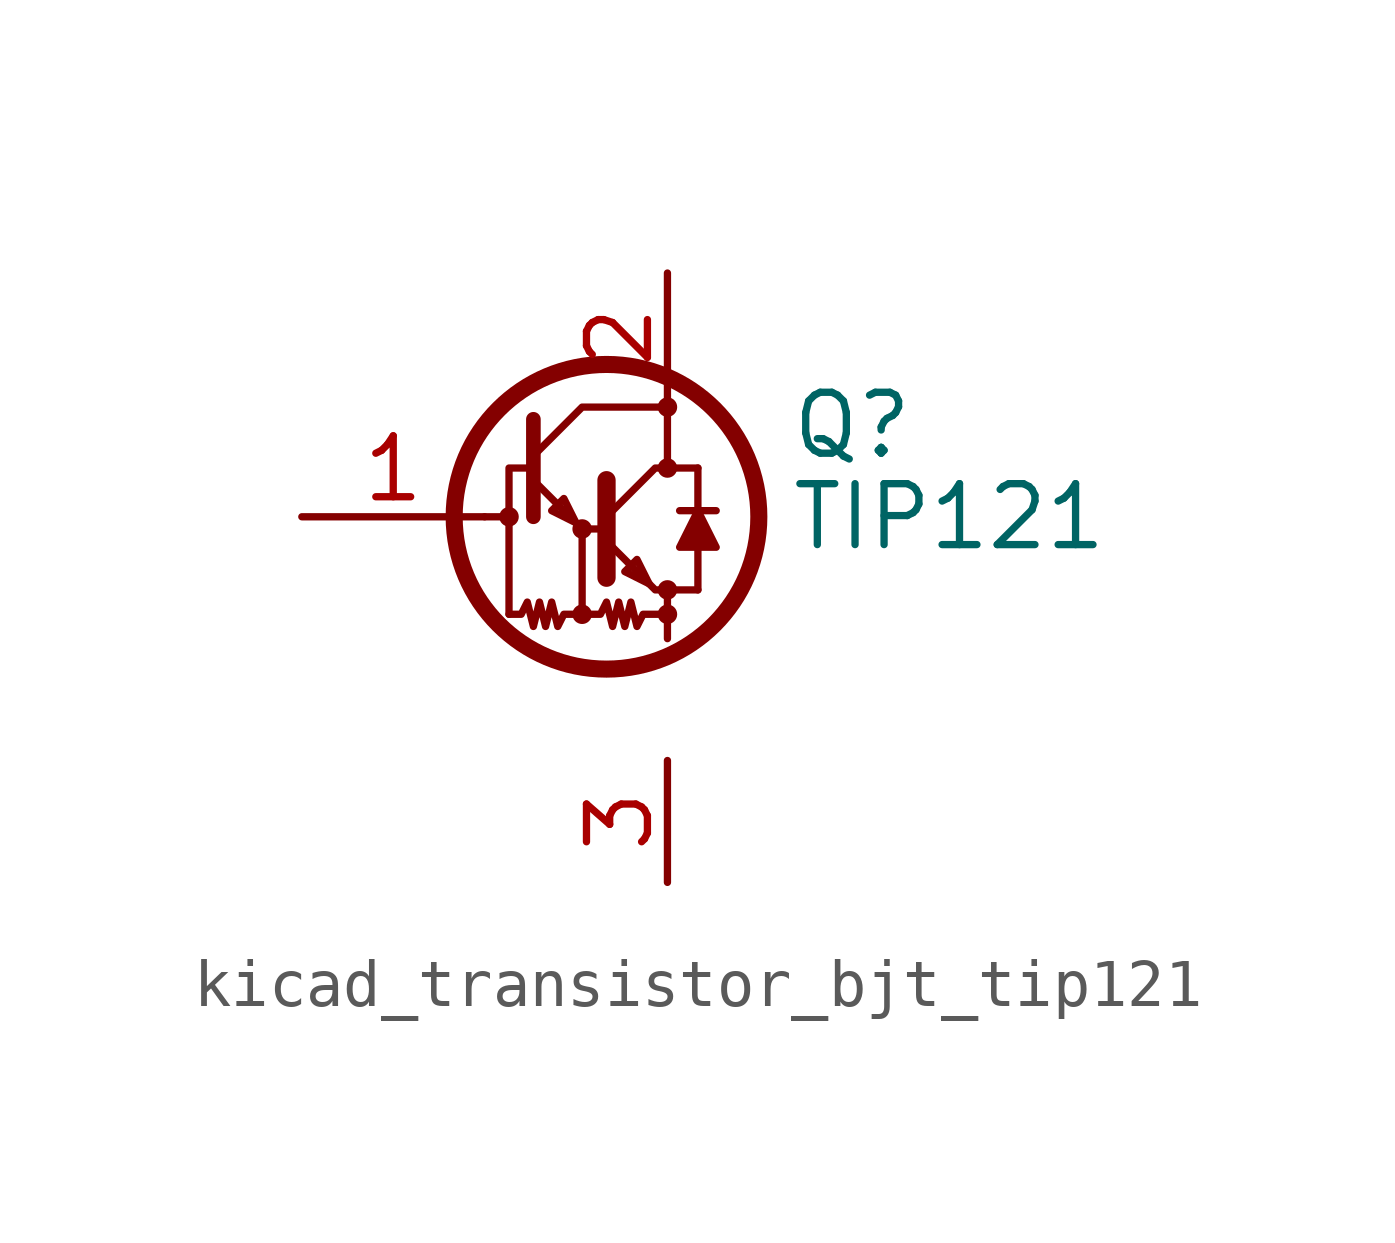
<source format=kicad_sym>
(kicad_symbol_lib
  (version 20220914)
  (generator kicad_symbol_editor)
  (symbol "kicad_transistor_bjt_tip121"
    (pin_names
      (offset 0) hide)
    (property "Reference" "Q"
      (at 5.08 1.905 0)
      (effects (font (size 1.27 1.27)) (justify left)))
    (property "Value" "TIP121"
      (at 5.08 0 0)
      (effects (font (size 1.27 1.27)) (justify left)))
    (symbol "kicad_transistor_bjt_tip121_0_1"
      (circle (center -0.762 0) (radius 0.127) (stroke (width 0) (type default)) (fill (type none)))
      (polyline (pts (xy -1.27 0) (xy -0.889 0)) (stroke (width 0) (type default)) (fill (type none)))
      (polyline (pts (xy 2.54 -2.032) (xy 2.54 -2.54)) (stroke (width 0) (type default)) (fill (type none)))
      (polyline (pts (xy 2.54 -1.524) (xy 3.175 -1.524)) (stroke (width 0) (type default)) (fill (type none)))
      (polyline (pts (xy 2.794 0.127) (xy 3.556 0.127)) (stroke (width 0) (type default)) (fill (type none)))
      (polyline (pts (xy 3.175 -0.635) (xy 3.175 -1.524)) (stroke (width 0) (type default)) (fill (type none)))
      (polyline (pts (xy 3.175 1.016) (xy 2.54 1.016)) (stroke (width 0) (type default)) (fill (type none)))
      (polyline (pts (xy 3.175 1.016) (xy 3.175 0.127)) (stroke (width 0) (type default)) (fill (type none)))
      (polyline (pts (xy -0.254 0.762) (xy 0.762 -0.254) (xy 1.27 -0.254)) (stroke (width 0) (type default)) (fill (type none)))
      (polyline (pts (xy -0.254 1.016) (xy -0.762 1.016) (xy -0.762 -2.032)) (stroke (width 0) (type default)) (fill (type none)))
      (polyline (pts (xy -0.254 1.27) (xy 0.762 2.286) (xy 2.54 2.286)) (stroke (width 0) (type default)) (fill (type none)))
      (polyline (pts (xy -0.254 2.032) (xy -0.254 0) (xy -0.254 0)) (stroke (width 0.305) (type default)) (fill (type none)))
      (polyline (pts (xy 1.27 0.762) (xy 1.27 -1.27) (xy 1.27 -1.27)) (stroke (width 0.381) (type default)) (fill (type none)))
      (polyline (pts (xy 0.635 -0.127) (xy 0.381 0.381) (xy 0.127 0.127) (xy 0.635 -0.127)) (stroke (width 0) (type default)) (fill (type none)))
      (polyline (pts (xy 1.27 -0.508) (xy 2.286 -1.524) (xy 2.54 -1.524) (xy 2.54 -2.032)) (stroke (width 0) (type default)) (fill (type none)))
      (polyline (pts (xy 1.27 0) (xy 2.286 1.016) (xy 2.54 1.016) (xy 2.54 2.286)) (stroke (width 0) (type default)) (fill (type none)))
      (polyline (pts (xy 2.159 -1.397) (xy 1.905 -0.889) (xy 1.651 -1.143) (xy 2.159 -1.397)) (stroke (width 0) (type default)) (fill (type none)))
      (polyline (pts (xy 3.175 0.127) (xy 2.794 -0.635) (xy 3.556 -0.635) (xy 3.175 0.127)) (stroke (width 0) (type default)) (fill (type outline)))
      (polyline (pts (xy 0.762 -2.032) (xy 0.381 -2.032) (xy 0.254 -2.286) (xy 0.127 -1.778) (xy 0 -2.286) (xy -0.127 -1.778) (xy -0.254 -2.286) (xy -0.381 -1.778) (xy -0.508 -2.032) (xy -0.762 -2.032)) (stroke (width 0) (type default)) (fill (type none)))
      (polyline (pts (xy 0.762 -0.254) (xy 0.762 -2.032) (xy 1.143 -2.032) (xy 1.27 -1.778) (xy 1.397 -2.286) (xy 1.524 -1.778) (xy 1.651 -2.286) (xy 1.778 -1.778) (xy 1.905 -2.286) (xy 2.032 -2.032) (xy 2.54 -2.032)) (stroke (width 0) (type default)) (fill (type none)))
      (circle (center 0.762 -2.032) (radius 0.127) (stroke (width 0) (type default)) (fill (type none)))
      (circle (center 0.762 -0.254) (radius 0.127) (stroke (width 0) (type default)) (fill (type none)))
      (circle (center 1.27 0) (radius 3.175) (stroke (width 0.356) (type default)) (fill (type none)))
      (circle (center 2.54 -2.032) (radius 0.127) (stroke (width 0) (type default)) (fill (type none)))
      (circle (center 2.54 -1.524) (radius 0.127) (stroke (width 0) (type default)) (fill (type none)))
      (circle (center 2.54 1.016) (radius 0.127) (stroke (width 0) (type default)) (fill (type none)))
      (circle (center 2.54 2.286) (radius 0.127) (stroke (width 0) (type default)) (fill (type none))))
    (symbol "kicad_transistor_bjt_tip121_1_1"
      (pin input line (at -5.08 0 0) (length 3.81) (name "B" (effects (font (size 1.27 1.27)))) (number "1" (effects (font (size 1.27 1.27)))))
      (pin passive line (at 2.54 5.08 270) (length 2.667) (name "C" (effects (font (size 1.27 1.27)))) (number "2" (effects (font (size 1.27 1.27)))))
      (pin passive line (at 2.54 -5.08 270) (length 2.54) (name "E" (effects (font (size 1.27 1.27)))) (number "3" (effects (font (size 1.27 1.27))))))))
</source>
